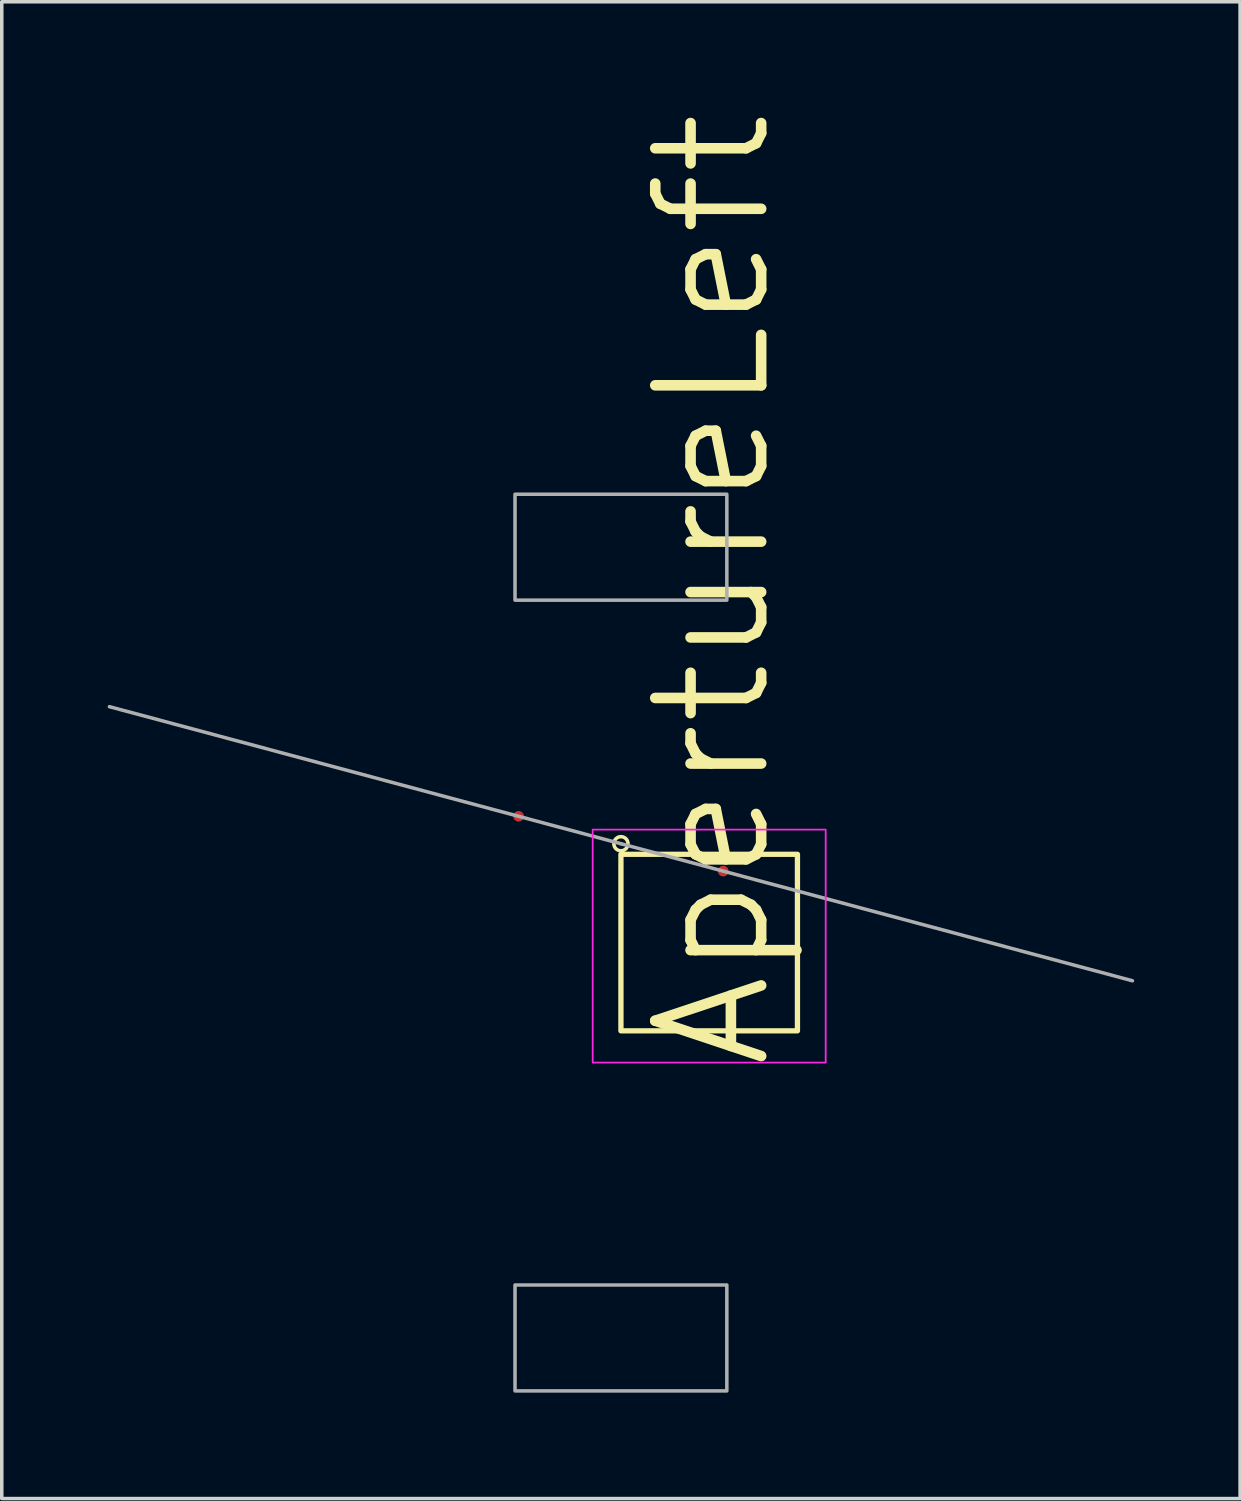
<source format=kicad_pcb>
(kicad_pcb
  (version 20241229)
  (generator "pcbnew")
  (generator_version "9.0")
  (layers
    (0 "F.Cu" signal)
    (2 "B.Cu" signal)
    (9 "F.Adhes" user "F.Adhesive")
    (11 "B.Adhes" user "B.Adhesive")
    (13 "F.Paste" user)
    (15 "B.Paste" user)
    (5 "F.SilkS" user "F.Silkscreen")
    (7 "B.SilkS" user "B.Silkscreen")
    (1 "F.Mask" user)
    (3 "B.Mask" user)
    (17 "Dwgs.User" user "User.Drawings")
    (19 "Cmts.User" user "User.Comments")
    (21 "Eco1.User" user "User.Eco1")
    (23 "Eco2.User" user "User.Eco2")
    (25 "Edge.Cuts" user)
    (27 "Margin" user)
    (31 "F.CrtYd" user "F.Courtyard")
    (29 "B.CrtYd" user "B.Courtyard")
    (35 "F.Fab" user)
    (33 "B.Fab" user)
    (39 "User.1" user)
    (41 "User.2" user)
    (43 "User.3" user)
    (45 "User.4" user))
  (footprint "ApertureLeft"
    (layer "F.Cu")
    (at 14.539 23.65)
    (property "Reference" "ApertureLeft" (at 2.6 -10 90) (unlocked yes) (layer "F.SilkS") (effects (font (size 3 3) (thickness 0.3))))
    (attr smd)
    (fp_rect (start 0 -2.5) (end 5 2.5) (stroke (width 0.15) (type default)) (fill no) (layer "F.SilkS"))
    (fp_circle (center 0 -2.8) (end 0.2 -2.8) (stroke (width 0.1) (type default)) (fill no) (layer "F.SilkS"))
    (fp_rect (start -0.8 -3.2) (end 5.8 3.4) (stroke (width 0.05) (type default)) (fill no) (layer "F.CrtYd"))
    (fp_line (start 0 -2.8) (end -14.489 -6.682) (stroke (width 0.1) (type default)) (layer "F.Fab"))
    (fp_line (start 0 -2.8) (end 14.489 1.082) (stroke (width 0.1) (type default)) (layer "F.Fab"))
    (fp_rect (start -3 -12.7) (end 3 -9.7) (stroke (width 0.1) (type solid)) (fill no) (layer "F.Fab"))
    (fp_rect (start -3 9.7) (end 3 12.7) (stroke (width 0.1) (type solid)) (fill no) (layer "F.Fab"))
    (pad "1" smd circle (at -2.898 -3.576 345) (size 0.3 0.3) (layers "F.Cu" "F.Mask" "F.Paste"))
    (pad "2" smd circle (at 2.898 -2.024 345) (size 0.3 0.3) (layers "F.Cu" "F.Mask" "F.Paste")))
  (gr_rect
    (start -3 -3)
    (end 32.078 39.4)
    (stroke (width 0.1) (type default))
    (fill no)
    (layer "Edge.Cuts")))
</source>
